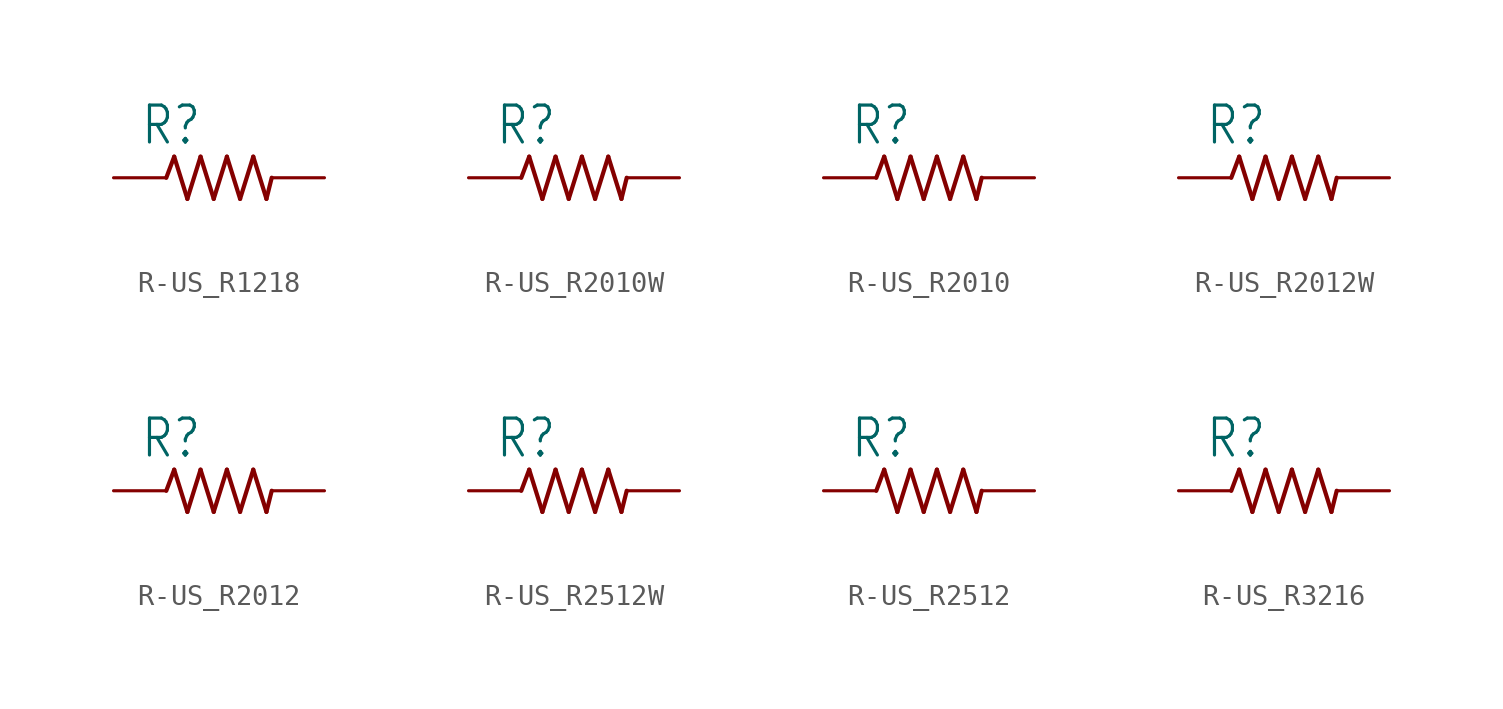
<source format=kicad_sym>
(kicad_symbol_lib
  (version 20220914)
  (generator kicad_symbol_editor)
  (symbol "R-US_R1218"
    (property "Reference" "R"
      (at -3.81 1.499 0)
      (effects (font (size 1.778 1.511)) (justify left bottom)))
    (property "Value" ""
      (at -3.81 -3.302 0)
      (effects (font (size 1.778 1.511)) (justify left bottom)))
    (property "ki_locked" ""
      (at 0 0 0)
      (effects (font (size 1.27 1.27))))
    (symbol "R-US_R1218_1_0"
      (polyline (pts (xy -2.54 0) (xy -2.159 1.016)) (stroke (width 0.203) (type solid)) (fill (type none)))
      (polyline (pts (xy -2.159 1.016) (xy -1.524 -1.016)) (stroke (width 0.203) (type solid)) (fill (type none)))
      (polyline (pts (xy -1.524 -1.016) (xy -0.889 1.016)) (stroke (width 0.203) (type solid)) (fill (type none)))
      (polyline (pts (xy -0.889 1.016) (xy -0.254 -1.016)) (stroke (width 0.203) (type solid)) (fill (type none)))
      (polyline (pts (xy -0.254 -1.016) (xy 0.381 1.016)) (stroke (width 0.203) (type solid)) (fill (type none)))
      (polyline (pts (xy 0.381 1.016) (xy 1.016 -1.016)) (stroke (width 0.203) (type solid)) (fill (type none)))
      (polyline (pts (xy 1.016 -1.016) (xy 1.651 1.016)) (stroke (width 0.203) (type solid)) (fill (type none)))
      (polyline (pts (xy 1.651 1.016) (xy 2.286 -1.016)) (stroke (width 0.203) (type solid)) (fill (type none)))
      (polyline (pts (xy 2.286 -1.016) (xy 2.54 0)) (stroke (width 0.203) (type solid)) (fill (type none)))
      (pin passive line (at -5.08 0 0) (length 2.54) (name "1" (effects (font (size 0 0)))) (number "1" (effects (font (size 0 0)))))
      (pin passive line (at 5.08 0 180) (length 2.54) (name "2" (effects (font (size 0 0)))) (number "2" (effects (font (size 0 0)))))))
  (symbol "R-US_R2010W"
    (property "Reference" "R"
      (at -3.81 1.499 0)
      (effects (font (size 1.778 1.511)) (justify left bottom)))
    (property "Value" ""
      (at -3.81 -3.302 0)
      (effects (font (size 1.778 1.511)) (justify left bottom)))
    (property "ki_locked" ""
      (at 0 0 0)
      (effects (font (size 1.27 1.27))))
    (symbol "R-US_R2010W_1_0"
      (polyline (pts (xy -2.54 0) (xy -2.159 1.016)) (stroke (width 0.203) (type solid)) (fill (type none)))
      (polyline (pts (xy -2.159 1.016) (xy -1.524 -1.016)) (stroke (width 0.203) (type solid)) (fill (type none)))
      (polyline (pts (xy -1.524 -1.016) (xy -0.889 1.016)) (stroke (width 0.203) (type solid)) (fill (type none)))
      (polyline (pts (xy -0.889 1.016) (xy -0.254 -1.016)) (stroke (width 0.203) (type solid)) (fill (type none)))
      (polyline (pts (xy -0.254 -1.016) (xy 0.381 1.016)) (stroke (width 0.203) (type solid)) (fill (type none)))
      (polyline (pts (xy 0.381 1.016) (xy 1.016 -1.016)) (stroke (width 0.203) (type solid)) (fill (type none)))
      (polyline (pts (xy 1.016 -1.016) (xy 1.651 1.016)) (stroke (width 0.203) (type solid)) (fill (type none)))
      (polyline (pts (xy 1.651 1.016) (xy 2.286 -1.016)) (stroke (width 0.203) (type solid)) (fill (type none)))
      (polyline (pts (xy 2.286 -1.016) (xy 2.54 0)) (stroke (width 0.203) (type solid)) (fill (type none)))
      (pin passive line (at -5.08 0 0) (length 2.54) (name "1" (effects (font (size 0 0)))) (number "1" (effects (font (size 0 0)))))
      (pin passive line (at 5.08 0 180) (length 2.54) (name "2" (effects (font (size 0 0)))) (number "2" (effects (font (size 0 0)))))))
  (symbol "R-US_R2010"
    (property "Reference" "R"
      (at -3.81 1.499 0)
      (effects (font (size 1.778 1.511)) (justify left bottom)))
    (property "Value" ""
      (at -3.81 -3.302 0)
      (effects (font (size 1.778 1.511)) (justify left bottom)))
    (property "ki_locked" ""
      (at 0 0 0)
      (effects (font (size 1.27 1.27))))
    (symbol "R-US_R2010_1_0"
      (polyline (pts (xy -2.54 0) (xy -2.159 1.016)) (stroke (width 0.203) (type solid)) (fill (type none)))
      (polyline (pts (xy -2.159 1.016) (xy -1.524 -1.016)) (stroke (width 0.203) (type solid)) (fill (type none)))
      (polyline (pts (xy -1.524 -1.016) (xy -0.889 1.016)) (stroke (width 0.203) (type solid)) (fill (type none)))
      (polyline (pts (xy -0.889 1.016) (xy -0.254 -1.016)) (stroke (width 0.203) (type solid)) (fill (type none)))
      (polyline (pts (xy -0.254 -1.016) (xy 0.381 1.016)) (stroke (width 0.203) (type solid)) (fill (type none)))
      (polyline (pts (xy 0.381 1.016) (xy 1.016 -1.016)) (stroke (width 0.203) (type solid)) (fill (type none)))
      (polyline (pts (xy 1.016 -1.016) (xy 1.651 1.016)) (stroke (width 0.203) (type solid)) (fill (type none)))
      (polyline (pts (xy 1.651 1.016) (xy 2.286 -1.016)) (stroke (width 0.203) (type solid)) (fill (type none)))
      (polyline (pts (xy 2.286 -1.016) (xy 2.54 0)) (stroke (width 0.203) (type solid)) (fill (type none)))
      (pin passive line (at -5.08 0 0) (length 2.54) (name "1" (effects (font (size 0 0)))) (number "1" (effects (font (size 0 0)))))
      (pin passive line (at 5.08 0 180) (length 2.54) (name "2" (effects (font (size 0 0)))) (number "2" (effects (font (size 0 0)))))))
  (symbol "R-US_R2012W"
    (property "Reference" "R"
      (at -3.81 1.499 0)
      (effects (font (size 1.778 1.511)) (justify left bottom)))
    (property "Value" ""
      (at -3.81 -3.302 0)
      (effects (font (size 1.778 1.511)) (justify left bottom)))
    (property "ki_locked" ""
      (at 0 0 0)
      (effects (font (size 1.27 1.27))))
    (symbol "R-US_R2012W_1_0"
      (polyline (pts (xy -2.54 0) (xy -2.159 1.016)) (stroke (width 0.203) (type solid)) (fill (type none)))
      (polyline (pts (xy -2.159 1.016) (xy -1.524 -1.016)) (stroke (width 0.203) (type solid)) (fill (type none)))
      (polyline (pts (xy -1.524 -1.016) (xy -0.889 1.016)) (stroke (width 0.203) (type solid)) (fill (type none)))
      (polyline (pts (xy -0.889 1.016) (xy -0.254 -1.016)) (stroke (width 0.203) (type solid)) (fill (type none)))
      (polyline (pts (xy -0.254 -1.016) (xy 0.381 1.016)) (stroke (width 0.203) (type solid)) (fill (type none)))
      (polyline (pts (xy 0.381 1.016) (xy 1.016 -1.016)) (stroke (width 0.203) (type solid)) (fill (type none)))
      (polyline (pts (xy 1.016 -1.016) (xy 1.651 1.016)) (stroke (width 0.203) (type solid)) (fill (type none)))
      (polyline (pts (xy 1.651 1.016) (xy 2.286 -1.016)) (stroke (width 0.203) (type solid)) (fill (type none)))
      (polyline (pts (xy 2.286 -1.016) (xy 2.54 0)) (stroke (width 0.203) (type solid)) (fill (type none)))
      (pin passive line (at -5.08 0 0) (length 2.54) (name "1" (effects (font (size 0 0)))) (number "1" (effects (font (size 0 0)))))
      (pin passive line (at 5.08 0 180) (length 2.54) (name "2" (effects (font (size 0 0)))) (number "2" (effects (font (size 0 0)))))))
  (symbol "R-US_R2012"
    (property "Reference" "R"
      (at -3.81 1.499 0)
      (effects (font (size 1.778 1.511)) (justify left bottom)))
    (property "Value" ""
      (at -3.81 -3.302 0)
      (effects (font (size 1.778 1.511)) (justify left bottom)))
    (property "ki_locked" ""
      (at 0 0 0)
      (effects (font (size 1.27 1.27))))
    (symbol "R-US_R2012_1_0"
      (polyline (pts (xy -2.54 0) (xy -2.159 1.016)) (stroke (width 0.203) (type solid)) (fill (type none)))
      (polyline (pts (xy -2.159 1.016) (xy -1.524 -1.016)) (stroke (width 0.203) (type solid)) (fill (type none)))
      (polyline (pts (xy -1.524 -1.016) (xy -0.889 1.016)) (stroke (width 0.203) (type solid)) (fill (type none)))
      (polyline (pts (xy -0.889 1.016) (xy -0.254 -1.016)) (stroke (width 0.203) (type solid)) (fill (type none)))
      (polyline (pts (xy -0.254 -1.016) (xy 0.381 1.016)) (stroke (width 0.203) (type solid)) (fill (type none)))
      (polyline (pts (xy 0.381 1.016) (xy 1.016 -1.016)) (stroke (width 0.203) (type solid)) (fill (type none)))
      (polyline (pts (xy 1.016 -1.016) (xy 1.651 1.016)) (stroke (width 0.203) (type solid)) (fill (type none)))
      (polyline (pts (xy 1.651 1.016) (xy 2.286 -1.016)) (stroke (width 0.203) (type solid)) (fill (type none)))
      (polyline (pts (xy 2.286 -1.016) (xy 2.54 0)) (stroke (width 0.203) (type solid)) (fill (type none)))
      (pin passive line (at -5.08 0 0) (length 2.54) (name "1" (effects (font (size 0 0)))) (number "1" (effects (font (size 0 0)))))
      (pin passive line (at 5.08 0 180) (length 2.54) (name "2" (effects (font (size 0 0)))) (number "2" (effects (font (size 0 0)))))))
  (symbol "R-US_R2512W"
    (property "Reference" "R"
      (at -3.81 1.499 0)
      (effects (font (size 1.778 1.511)) (justify left bottom)))
    (property "Value" ""
      (at -3.81 -3.302 0)
      (effects (font (size 1.778 1.511)) (justify left bottom)))
    (property "ki_locked" ""
      (at 0 0 0)
      (effects (font (size 1.27 1.27))))
    (symbol "R-US_R2512W_1_0"
      (polyline (pts (xy -2.54 0) (xy -2.159 1.016)) (stroke (width 0.203) (type solid)) (fill (type none)))
      (polyline (pts (xy -2.159 1.016) (xy -1.524 -1.016)) (stroke (width 0.203) (type solid)) (fill (type none)))
      (polyline (pts (xy -1.524 -1.016) (xy -0.889 1.016)) (stroke (width 0.203) (type solid)) (fill (type none)))
      (polyline (pts (xy -0.889 1.016) (xy -0.254 -1.016)) (stroke (width 0.203) (type solid)) (fill (type none)))
      (polyline (pts (xy -0.254 -1.016) (xy 0.381 1.016)) (stroke (width 0.203) (type solid)) (fill (type none)))
      (polyline (pts (xy 0.381 1.016) (xy 1.016 -1.016)) (stroke (width 0.203) (type solid)) (fill (type none)))
      (polyline (pts (xy 1.016 -1.016) (xy 1.651 1.016)) (stroke (width 0.203) (type solid)) (fill (type none)))
      (polyline (pts (xy 1.651 1.016) (xy 2.286 -1.016)) (stroke (width 0.203) (type solid)) (fill (type none)))
      (polyline (pts (xy 2.286 -1.016) (xy 2.54 0)) (stroke (width 0.203) (type solid)) (fill (type none)))
      (pin passive line (at -5.08 0 0) (length 2.54) (name "1" (effects (font (size 0 0)))) (number "1" (effects (font (size 0 0)))))
      (pin passive line (at 5.08 0 180) (length 2.54) (name "2" (effects (font (size 0 0)))) (number "2" (effects (font (size 0 0)))))))
  (symbol "R-US_R2512"
    (property "Reference" "R"
      (at -3.81 1.499 0)
      (effects (font (size 1.778 1.511)) (justify left bottom)))
    (property "Value" ""
      (at -3.81 -3.302 0)
      (effects (font (size 1.778 1.511)) (justify left bottom)))
    (property "ki_locked" ""
      (at 0 0 0)
      (effects (font (size 1.27 1.27))))
    (symbol "R-US_R2512_1_0"
      (polyline (pts (xy -2.54 0) (xy -2.159 1.016)) (stroke (width 0.203) (type solid)) (fill (type none)))
      (polyline (pts (xy -2.159 1.016) (xy -1.524 -1.016)) (stroke (width 0.203) (type solid)) (fill (type none)))
      (polyline (pts (xy -1.524 -1.016) (xy -0.889 1.016)) (stroke (width 0.203) (type solid)) (fill (type none)))
      (polyline (pts (xy -0.889 1.016) (xy -0.254 -1.016)) (stroke (width 0.203) (type solid)) (fill (type none)))
      (polyline (pts (xy -0.254 -1.016) (xy 0.381 1.016)) (stroke (width 0.203) (type solid)) (fill (type none)))
      (polyline (pts (xy 0.381 1.016) (xy 1.016 -1.016)) (stroke (width 0.203) (type solid)) (fill (type none)))
      (polyline (pts (xy 1.016 -1.016) (xy 1.651 1.016)) (stroke (width 0.203) (type solid)) (fill (type none)))
      (polyline (pts (xy 1.651 1.016) (xy 2.286 -1.016)) (stroke (width 0.203) (type solid)) (fill (type none)))
      (polyline (pts (xy 2.286 -1.016) (xy 2.54 0)) (stroke (width 0.203) (type solid)) (fill (type none)))
      (pin passive line (at -5.08 0 0) (length 2.54) (name "1" (effects (font (size 0 0)))) (number "1" (effects (font (size 0 0)))))
      (pin passive line (at 5.08 0 180) (length 2.54) (name "2" (effects (font (size 0 0)))) (number "2" (effects (font (size 0 0)))))))
  (symbol "R-US_R3216"
    (property "Reference" "R"
      (at -3.81 1.499 0)
      (effects (font (size 1.778 1.511)) (justify left bottom)))
    (property "Value" ""
      (at -3.81 -3.302 0)
      (effects (font (size 1.778 1.511)) (justify left bottom)))
    (property "ki_locked" ""
      (at 0 0 0)
      (effects (font (size 1.27 1.27))))
    (symbol "R-US_R3216_1_0"
      (polyline (pts (xy -2.54 0) (xy -2.159 1.016)) (stroke (width 0.203) (type solid)) (fill (type none)))
      (polyline (pts (xy -2.159 1.016) (xy -1.524 -1.016)) (stroke (width 0.203) (type solid)) (fill (type none)))
      (polyline (pts (xy -1.524 -1.016) (xy -0.889 1.016)) (stroke (width 0.203) (type solid)) (fill (type none)))
      (polyline (pts (xy -0.889 1.016) (xy -0.254 -1.016)) (stroke (width 0.203) (type solid)) (fill (type none)))
      (polyline (pts (xy -0.254 -1.016) (xy 0.381 1.016)) (stroke (width 0.203) (type solid)) (fill (type none)))
      (polyline (pts (xy 0.381 1.016) (xy 1.016 -1.016)) (stroke (width 0.203) (type solid)) (fill (type none)))
      (polyline (pts (xy 1.016 -1.016) (xy 1.651 1.016)) (stroke (width 0.203) (type solid)) (fill (type none)))
      (polyline (pts (xy 1.651 1.016) (xy 2.286 -1.016)) (stroke (width 0.203) (type solid)) (fill (type none)))
      (polyline (pts (xy 2.286 -1.016) (xy 2.54 0)) (stroke (width 0.203) (type solid)) (fill (type none)))
      (pin passive line (at -5.08 0 0) (length 2.54) (name "1" (effects (font (size 0 0)))) (number "1" (effects (font (size 0 0)))))
      (pin passive line (at 5.08 0 180) (length 2.54) (name "2" (effects (font (size 0 0)))) (number "2" (effects (font (size 0 0))))))))
</source>
